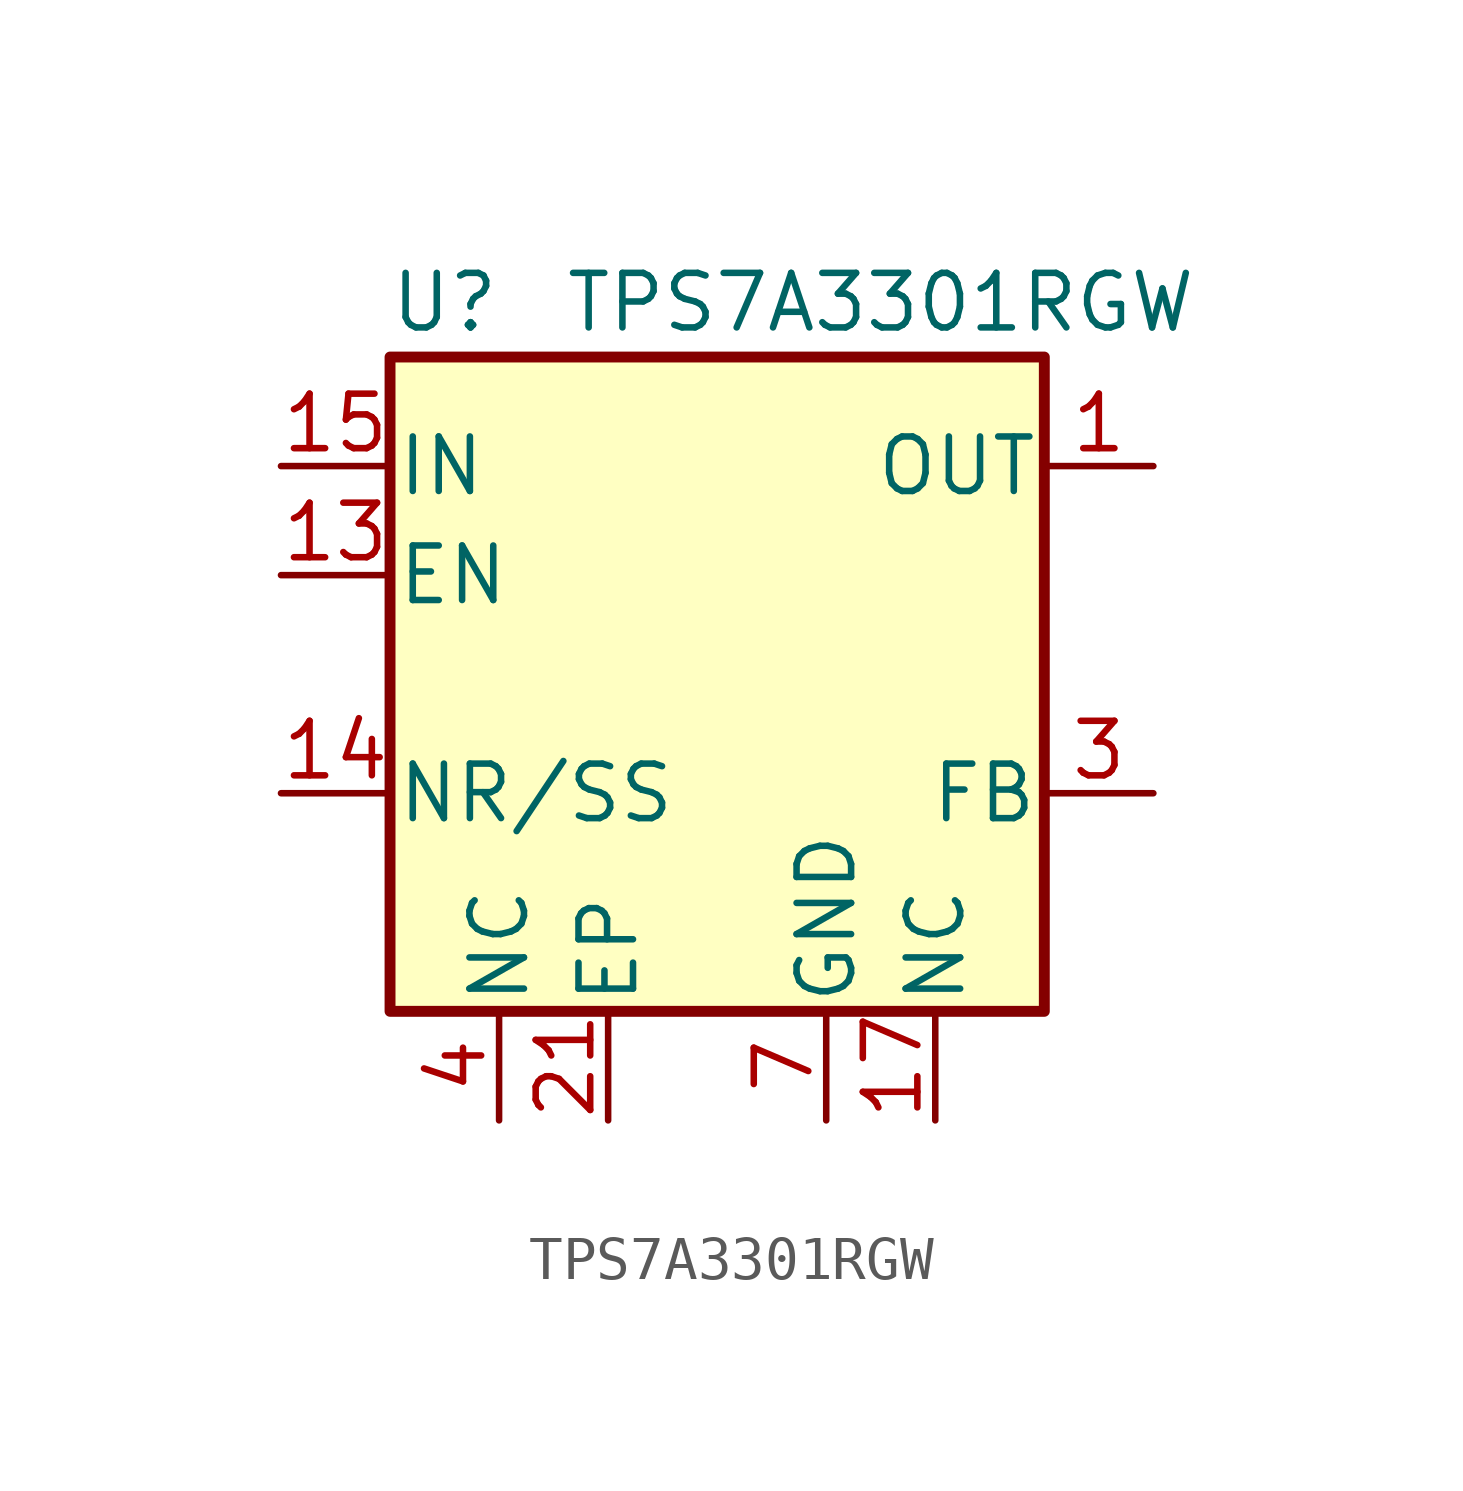
<source format=kicad_sym>
(kicad_symbol_lib
  (version 20241209)
  (generator "kicad_symbol_editor")
  (generator_version "9.0")
  (symbol "TPS7A3301RGW"
    (pin_names
      (offset 0.127))
    (property "Reference" "U"
      (at -6.35 8.89 0)
      (effects (font (size 1.27 1.27))))
    (property "Value" "TPS7A3301RGW"
      (at 3.81 8.89 0)
      (effects (font (size 1.27 1.27))))
    (symbol "TPS7A3301RGW_0_1"
      (rectangle (start -7.62 7.62) (end 7.62 -7.62) (stroke (width 0.254) (type default)) (fill (type background))))
    (symbol "TPS7A3301RGW_1_1"
      (pin power_in line (at -10.16 5.08 0) (length 2.54) (name "IN" (effects (font (size 1.27 1.27)))) (number "15" (effects (font (size 1.27 1.27)))))
      (pin passive line (at -10.16 5.08 0) (length 2.54) (hide yes) (name "IN" (effects (font (size 1.27 1.27)))) (number "16" (effects (font (size 1.27 1.27)))))
      (pin input line (at -10.16 2.54 0) (length 2.54) (name "EN" (effects (font (size 1.27 1.27)))) (number "13" (effects (font (size 1.27 1.27)))))
      (pin passive line (at -10.16 -2.54 0) (length 2.54) (name "NR/SS" (effects (font (size 1.27 1.27)))) (number "14" (effects (font (size 1.27 1.27)))))
      (pin passive line (at -5.08 -10.16 90) (length 2.54) (hide yes) (name "NC" (effects (font (size 1.27 1.27)))) (number "10" (effects (font (size 1.27 1.27)))))
      (pin passive line (at -5.08 -10.16 90) (length 2.54) (hide yes) (name "NC" (effects (font (size 1.27 1.27)))) (number "11" (effects (font (size 1.27 1.27)))))
      (pin passive line (at -5.08 -10.16 90) (length 2.54) (hide yes) (name "NC" (effects (font (size 1.27 1.27)))) (number "12" (effects (font (size 1.27 1.27)))))
      (pin passive line (at -5.08 -10.16 90) (length 2.54) (name "NC" (effects (font (size 1.27 1.27)))) (number "4" (effects (font (size 1.27 1.27)))))
      (pin passive line (at -5.08 -10.16 90) (length 2.54) (hide yes) (name "NC" (effects (font (size 1.27 1.27)))) (number "5" (effects (font (size 1.27 1.27)))))
      (pin passive line (at -5.08 -10.16 90) (length 2.54) (hide yes) (name "NC" (effects (font (size 1.27 1.27)))) (number "6" (effects (font (size 1.27 1.27)))))
      (pin passive line (at -5.08 -10.16 90) (length 2.54) (hide yes) (name "NC" (effects (font (size 1.27 1.27)))) (number "8" (effects (font (size 1.27 1.27)))))
      (pin passive line (at -5.08 -10.16 90) (length 2.54) (hide yes) (name "NC" (effects (font (size 1.27 1.27)))) (number "9" (effects (font (size 1.27 1.27)))))
      (pin power_in line (at -2.54 -10.16 90) (length 2.54) (name "EP" (effects (font (size 1.27 1.27)))) (number "21" (effects (font (size 1.27 1.27)))))
      (pin power_in line (at 2.54 -10.16 90) (length 2.54) (name "GND" (effects (font (size 1.27 1.27)))) (number "7" (effects (font (size 1.27 1.27)))))
      (pin passive line (at 5.08 -10.16 90) (length 2.54) (name "NC" (effects (font (size 1.27 1.27)))) (number "17" (effects (font (size 1.27 1.27)))))
      (pin passive line (at 5.08 -10.16 90) (length 2.54) (hide yes) (name "NC" (effects (font (size 1.27 1.27)))) (number "18" (effects (font (size 1.27 1.27)))))
      (pin passive line (at 5.08 -10.16 90) (length 2.54) (hide yes) (name "NC" (effects (font (size 1.27 1.27)))) (number "19" (effects (font (size 1.27 1.27)))))
      (pin power_out line (at 10.16 5.08 180) (length 2.54) (name "OUT" (effects (font (size 1.27 1.27)))) (number "1" (effects (font (size 1.27 1.27)))))
      (pin passive line (at 10.16 5.08 180) (length 2.54) (hide yes) (name "OUT" (effects (font (size 1.27 1.27)))) (number "20" (effects (font (size 1.27 1.27)))))
      (pin input line (at 10.16 -2.54 180) (length 2.54) (name "FB" (effects (font (size 1.27 1.27)))) (number "3" (effects (font (size 1.27 1.27))))))))
</source>
